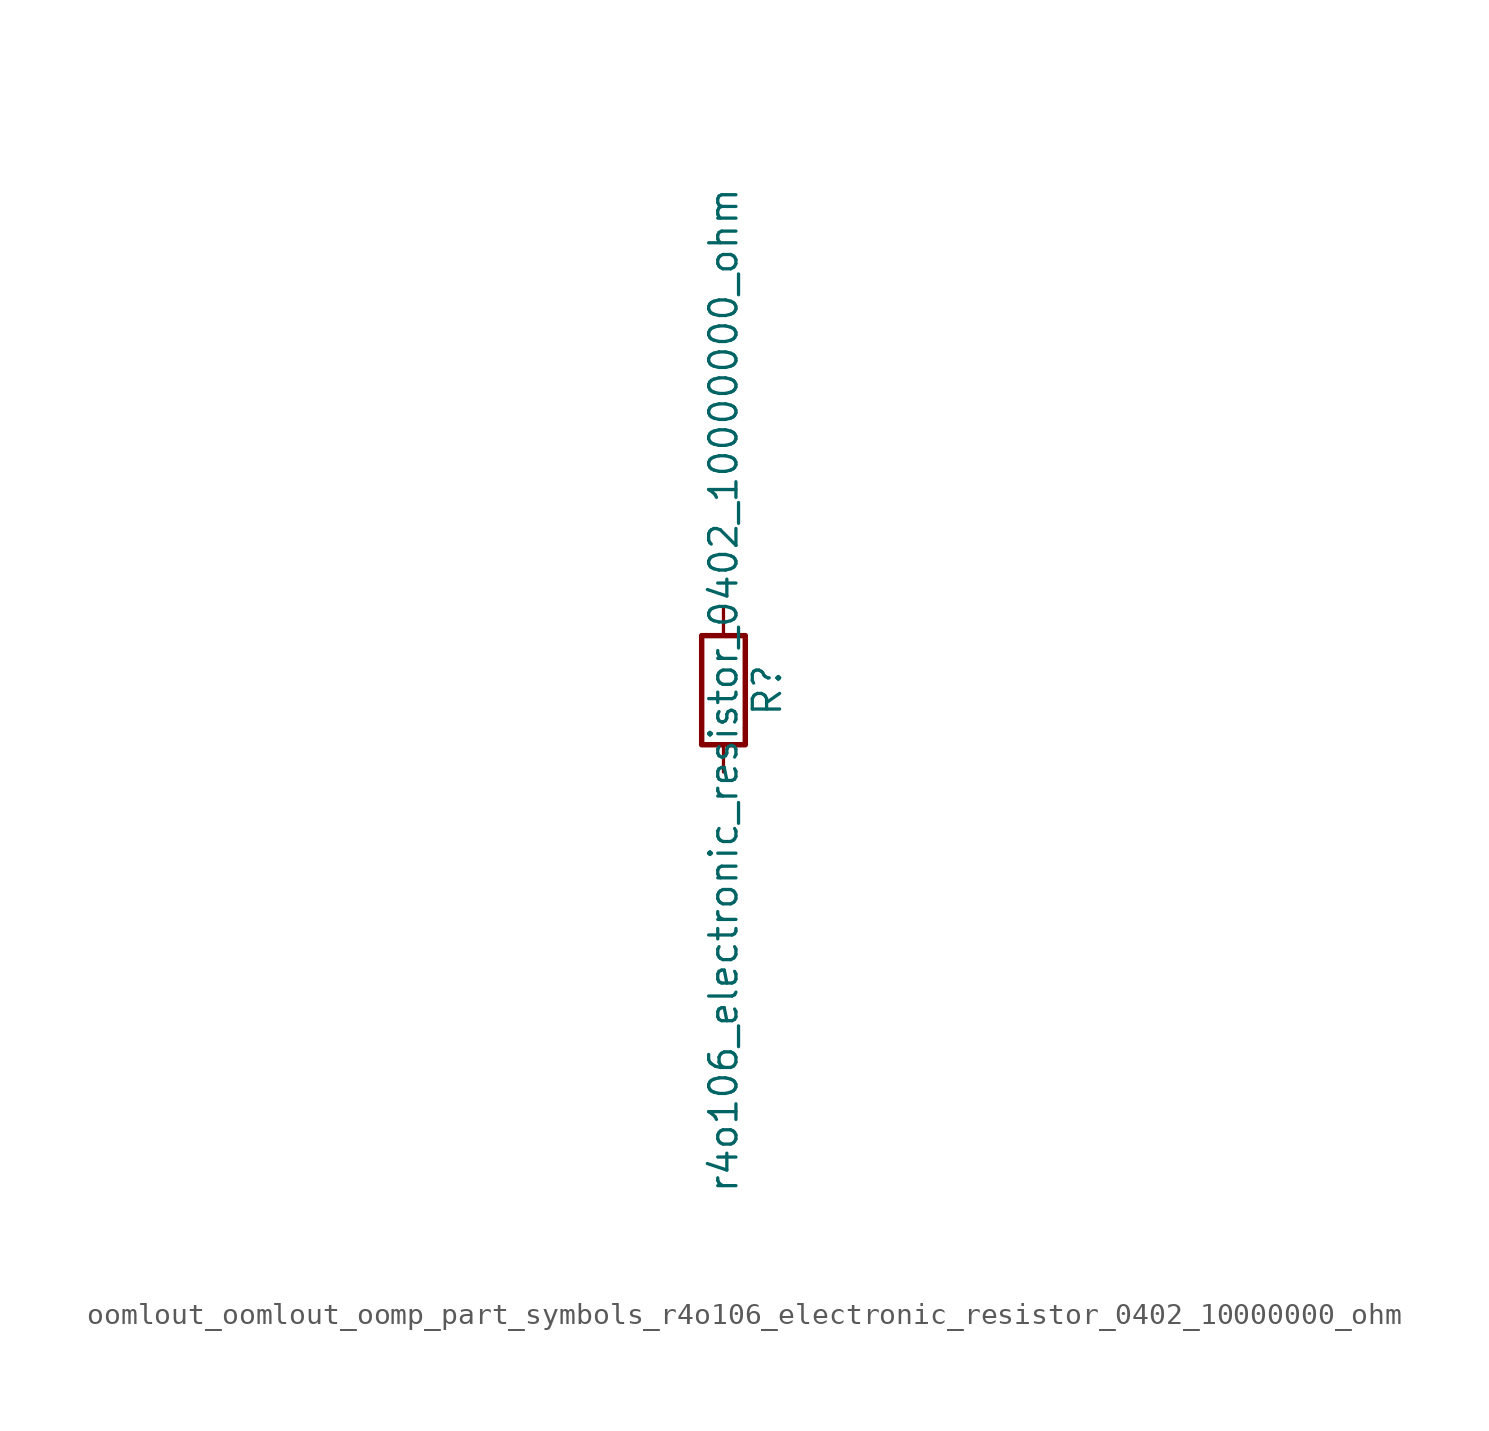
<source format=kicad_sym>
(kicad_symbol_lib
  (version 20220914)
  (generator kicad_symbol_editor)
  (symbol "oomlout_oomlout_oomp_part_symbols_r4o106_electronic_resistor_0402_10000000_ohm"
    (pin_numbers hide)
    (pin_names
      (offset 0))
    (property "Reference" "R"
      (at 2.032 0 90)
      (effects (font (size 1.27 1.27))))
    (property "Value" "r4o106_electronic_resistor_0402_10000000_ohm"
      (at 0 0 90)
      (effects (font (size 1.27 1.27))))
    (symbol "oomlout_oomlout_oomp_part_symbols_r4o106_electronic_resistor_0402_10000000_ohm_0_1"
      (rectangle (start -1.016 -2.54) (end 1.016 2.54) (stroke (width 0.254) (type default)) (fill (type none))))
    (symbol "oomlout_oomlout_oomp_part_symbols_r4o106_electronic_resistor_0402_10000000_ohm_1_1"
      (pin passive line (at 0 3.81 270) (length 1.27) (name "~" (effects (font (size 1.27 1.27)))) (number "1" (effects (font (size 1.27 1.27)))))
      (pin passive line (at 0 -3.81 90) (length 1.27) (name "~" (effects (font (size 1.27 1.27)))) (number "2" (effects (font (size 1.27 1.27))))))))
</source>
